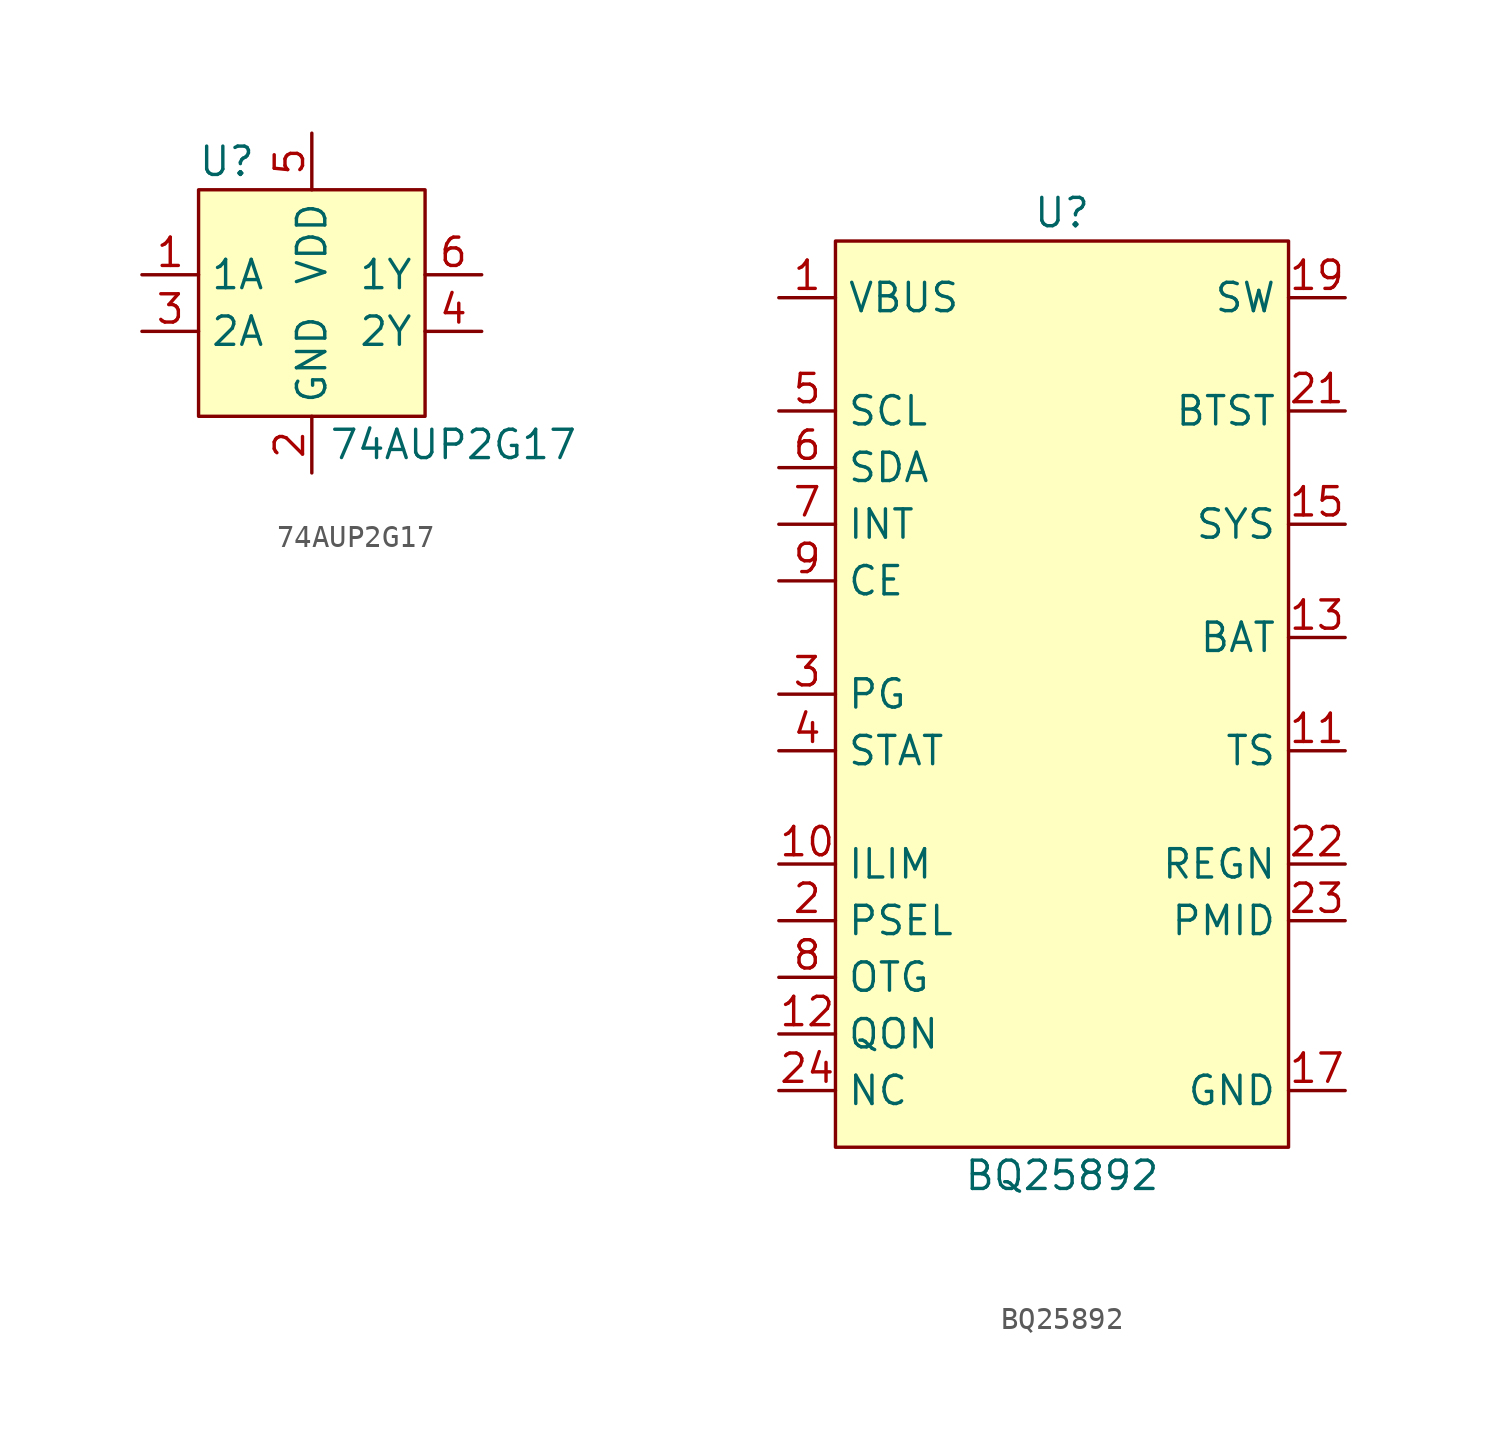
<source format=kicad_sym>
(kicad_symbol_lib
  (version 20211014)
  (generator kicad_symbol_editor)
  (symbol "74AUP2G17"
    (property "Reference" "U"
      (at -3.81 6.35 0)
      (effects (font (size 1.27 1.27))))
    (property "Value" "74AUP2G17"
      (at 6.35 -6.35 0)
      (effects (font (size 1.27 1.27))))
    (symbol "74AUP2G17_0_1"
      (rectangle (start -5.08 5.08) (end 5.08 -5.08) (stroke (width 0) (type default) (color 0 0 0 0)) (fill (type background))))
    (symbol "74AUP2G17_1_1"
      (pin input line (at -7.62 1.27 0) (length 2.54) (name "1A" (effects (font (size 1.27 1.27)))) (number "1" (effects (font (size 1.27 1.27)))))
      (pin input line (at 0 -7.62 90) (length 2.54) (name "GND" (effects (font (size 1.27 1.27)))) (number "2" (effects (font (size 1.27 1.27)))))
      (pin input line (at -7.62 -1.27 0) (length 2.54) (name "2A" (effects (font (size 1.27 1.27)))) (number "3" (effects (font (size 1.27 1.27)))))
      (pin output line (at 7.62 -1.27 180) (length 2.54) (name "2Y" (effects (font (size 1.27 1.27)))) (number "4" (effects (font (size 1.27 1.27)))))
      (pin input line (at 0 7.62 270) (length 2.54) (name "VDD" (effects (font (size 1.27 1.27)))) (number "5" (effects (font (size 1.27 1.27)))))
      (pin output line (at 7.62 1.27 180) (length 2.54) (name "1Y" (effects (font (size 1.27 1.27)))) (number "6" (effects (font (size 1.27 1.27)))))))
  (symbol "BQ25892"
    (property "Reference" "U"
      (at 0 21.59 0)
      (effects (font (size 1.27 1.27))))
    (property "Value" "BQ25892"
      (at 0 -21.59 0)
      (effects (font (size 1.27 1.27))))
    (symbol "BQ25892_0_1"
      (rectangle (start -10.16 20.32) (end 10.16 -20.32) (stroke (width 0) (type default) (color 0 0 0 0)) (fill (type background))))
    (symbol "BQ25892_1_1"
      (pin input line (at -12.7 17.78 0) (length 2.54) (name "VBUS" (effects (font (size 1.27 1.27)))) (number "1" (effects (font (size 1.27 1.27)))))
      (pin input line (at -12.7 -7.62 0) (length 2.54) (name "ILIM" (effects (font (size 1.27 1.27)))) (number "10" (effects (font (size 1.27 1.27)))))
      (pin input line (at 12.7 -2.54 180) (length 2.54) (name "TS" (effects (font (size 1.27 1.27)))) (number "11" (effects (font (size 1.27 1.27)))))
      (pin input line (at -12.7 -15.24 0) (length 2.54) (name "QON" (effects (font (size 1.27 1.27)))) (number "12" (effects (font (size 1.27 1.27)))))
      (pin input line (at 12.7 2.54 180) (length 2.54) (name "BAT" (effects (font (size 1.27 1.27)))) (number "13" (effects (font (size 1.27 1.27)))))
      (pin input line (at 12.7 2.54 180) (length 2.54) hide (name "BAT" (effects (font (size 1.27 1.27)))) (number "14" (effects (font (size 1.27 1.27)))))
      (pin input line (at 12.7 7.62 180) (length 2.54) (name "SYS" (effects (font (size 1.27 1.27)))) (number "15" (effects (font (size 1.27 1.27)))))
      (pin input line (at 12.7 7.62 180) (length 2.54) hide (name "SYS" (effects (font (size 1.27 1.27)))) (number "16" (effects (font (size 1.27 1.27)))))
      (pin input line (at 12.7 -17.78 180) (length 2.54) (name "GND" (effects (font (size 1.27 1.27)))) (number "17" (effects (font (size 1.27 1.27)))))
      (pin input line (at 12.7 -17.78 180) (length 2.54) hide (name "GND" (effects (font (size 1.27 1.27)))) (number "18" (effects (font (size 1.27 1.27)))))
      (pin input line (at 12.7 17.78 180) (length 2.54) (name "SW" (effects (font (size 1.27 1.27)))) (number "19" (effects (font (size 1.27 1.27)))))
      (pin input line (at -12.7 -10.16 0) (length 2.54) (name "PSEL" (effects (font (size 1.27 1.27)))) (number "2" (effects (font (size 1.27 1.27)))))
      (pin input line (at 12.7 17.78 180) (length 2.54) hide (name "SW" (effects (font (size 1.27 1.27)))) (number "20" (effects (font (size 1.27 1.27)))))
      (pin input line (at 12.7 12.7 180) (length 2.54) (name "BTST" (effects (font (size 1.27 1.27)))) (number "21" (effects (font (size 1.27 1.27)))))
      (pin input line (at 12.7 -7.62 180) (length 2.54) (name "REGN" (effects (font (size 1.27 1.27)))) (number "22" (effects (font (size 1.27 1.27)))))
      (pin input line (at 12.7 -10.16 180) (length 2.54) (name "PMID" (effects (font (size 1.27 1.27)))) (number "23" (effects (font (size 1.27 1.27)))))
      (pin input line (at -12.7 -17.78 0) (length 2.54) (name "NC" (effects (font (size 1.27 1.27)))) (number "24" (effects (font (size 1.27 1.27)))))
      (pin input line (at 12.7 -17.78 180) (length 2.54) hide (name "GND" (effects (font (size 1.27 1.27)))) (number "25" (effects (font (size 1.27 1.27)))))
      (pin input line (at -12.7 0 0) (length 2.54) (name "PG" (effects (font (size 1.27 1.27)))) (number "3" (effects (font (size 1.27 1.27)))))
      (pin input line (at -12.7 -2.54 0) (length 2.54) (name "STAT" (effects (font (size 1.27 1.27)))) (number "4" (effects (font (size 1.27 1.27)))))
      (pin input line (at -12.7 12.7 0) (length 2.54) (name "SCL" (effects (font (size 1.27 1.27)))) (number "5" (effects (font (size 1.27 1.27)))))
      (pin input line (at -12.7 10.16 0) (length 2.54) (name "SDA" (effects (font (size 1.27 1.27)))) (number "6" (effects (font (size 1.27 1.27)))))
      (pin input line (at -12.7 7.62 0) (length 2.54) (name "INT" (effects (font (size 1.27 1.27)))) (number "7" (effects (font (size 1.27 1.27)))))
      (pin input line (at -12.7 -12.7 0) (length 2.54) (name "OTG" (effects (font (size 1.27 1.27)))) (number "8" (effects (font (size 1.27 1.27)))))
      (pin input line (at -12.7 5.08 0) (length 2.54) (name "CE" (effects (font (size 1.27 1.27)))) (number "9" (effects (font (size 1.27 1.27))))))))
</source>
